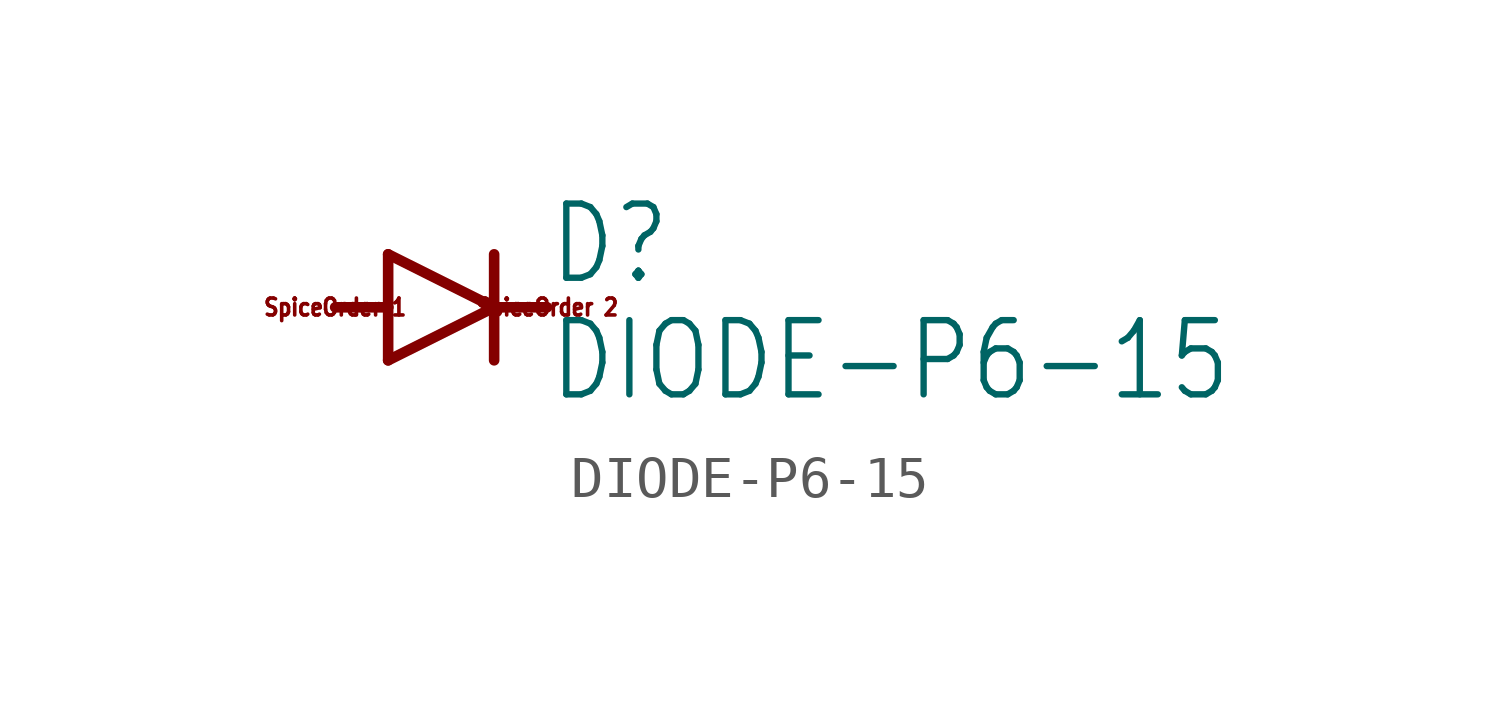
<source format=kicad_sym>
(kicad_symbol_lib
  (version 20211014)
  (generator kicad_symbol_editor)
  (symbol "DIODE-P6-15"
    (property "Reference" "D"
      (at 2.54 0.483 0)
      (effects (font (size 1.778 1.511)) (justify left bottom)))
    (property "Value" "DIODE-P6-15"
      (at 2.54 -2.311 0)
      (effects (font (size 1.778 1.511)) (justify left bottom)))
    (property "ki_locked" ""
      (at 0 0 0)
      (effects (font (size 1.27 1.27))))
    (symbol "DIODE-P6-15_1_0"
      (polyline (pts (xy -1.27 -1.27) (xy 1.27 0)) (stroke (width 0.254) (type default) (color 0 0 0 0)) (fill (type none)))
      (polyline (pts (xy -1.27 0) (xy -2.54 0)) (stroke (width 0.254) (type default) (color 0 0 0 0)) (fill (type none)))
      (polyline (pts (xy -1.27 0) (xy -1.27 -1.27)) (stroke (width 0.254) (type default) (color 0 0 0 0)) (fill (type none)))
      (polyline (pts (xy -1.27 1.27) (xy -1.27 0)) (stroke (width 0.254) (type default) (color 0 0 0 0)) (fill (type none)))
      (polyline (pts (xy 1.27 0) (xy -1.27 1.27)) (stroke (width 0.254) (type default) (color 0 0 0 0)) (fill (type none)))
      (polyline (pts (xy 1.27 0) (xy 1.27 -1.27)) (stroke (width 0.254) (type default) (color 0 0 0 0)) (fill (type none)))
      (polyline (pts (xy 1.27 1.27) (xy 1.27 0)) (stroke (width 0.254) (type default) (color 0 0 0 0)) (fill (type none)))
      (polyline (pts (xy 2.54 0) (xy 1.27 0)) (stroke (width 0.254) (type default) (color 0 0 0 0)) (fill (type none)))
      (text "SpiceOrder 1" (at -2.54 0 0) (effects (font (size 0.406 0.345))))
      (text "SpiceOrder 2" (at 2.54 0 0) (effects (font (size 0.406 0.345))))
      (pin passive line (at -2.54 0 0) (length 0) (name "A" (effects (font (size 0 0)))) (number "A" (effects (font (size 0 0)))))
      (pin passive line (at 2.54 0 180) (length 0) (name "C" (effects (font (size 0 0)))) (number "C" (effects (font (size 0 0))))))))
</source>
